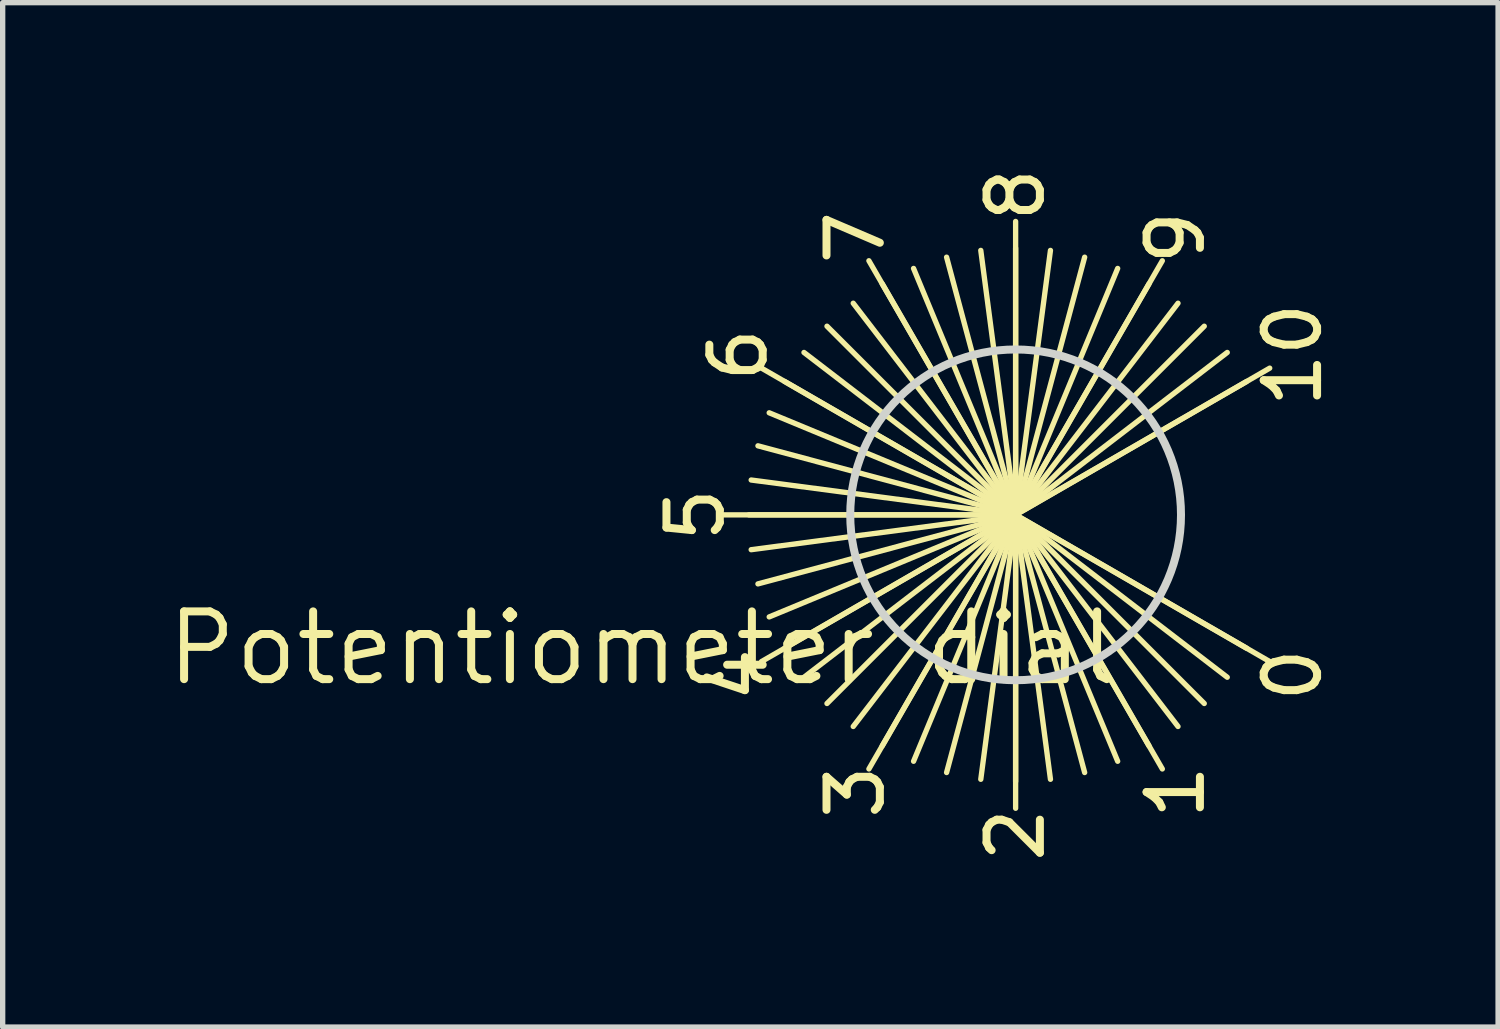
<source format=kicad_pcb>
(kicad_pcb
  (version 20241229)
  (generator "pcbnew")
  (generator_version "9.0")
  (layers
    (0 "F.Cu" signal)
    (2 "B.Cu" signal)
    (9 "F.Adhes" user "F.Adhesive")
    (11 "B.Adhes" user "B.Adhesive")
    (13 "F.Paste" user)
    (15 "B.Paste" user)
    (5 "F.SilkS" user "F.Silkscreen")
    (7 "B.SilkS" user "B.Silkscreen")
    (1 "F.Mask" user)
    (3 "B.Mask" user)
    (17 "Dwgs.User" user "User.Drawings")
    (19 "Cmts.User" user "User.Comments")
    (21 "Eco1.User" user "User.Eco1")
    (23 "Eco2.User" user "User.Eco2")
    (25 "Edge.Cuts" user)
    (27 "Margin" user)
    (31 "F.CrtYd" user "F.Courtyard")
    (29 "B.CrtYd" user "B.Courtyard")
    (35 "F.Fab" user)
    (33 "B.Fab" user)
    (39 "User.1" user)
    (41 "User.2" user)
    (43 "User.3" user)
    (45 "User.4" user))
  (footprint "Potentiometer dial"
    (layer "F.Cu")
    (at 8.988 9.101)
    (property "Reference" "Potentiometer dial" (at 0 0 0) (layer "F.SilkS") (effects (font (size 1.27 1.27) (thickness 0.15))))
    (attr through_hole)
    (fp_line (start 7 -2.5) (end 1.5 -2.5) (stroke (width 0.1) (type solid)) (layer "F.SilkS"))
    (fp_line (start 7 -2.5) (end 2 -2.5) (stroke (width 0.1) (type solid)) (layer "F.SilkS"))
    (fp_line (start 7 -2.5) (end 2.043 -3.153) (stroke (width 0.1) (type solid)) (layer "F.SilkS"))
    (fp_line (start 7 -2.5) (end 2.043 -1.847) (stroke (width 0.1) (type solid)) (layer "F.SilkS"))
    (fp_line (start 7 -2.5) (end 2.17 -3.794) (stroke (width 0.1) (type solid)) (layer "F.SilkS"))
    (fp_line (start 7 -2.5) (end 2.17 -1.206) (stroke (width 0.1) (type solid)) (layer "F.SilkS"))
    (fp_line (start 7 -2.5) (end 2.237 -5.25) (stroke (width 0.1) (type solid)) (layer "F.SilkS"))
    (fp_line (start 7 -2.5) (end 2.237 0.25) (stroke (width 0.1) (type solid)) (layer "F.SilkS"))
    (fp_line (start 7 -2.5) (end 2.381 -4.413) (stroke (width 0.1) (type solid)) (layer "F.SilkS"))
    (fp_line (start 7 -2.5) (end 2.381 -0.587) (stroke (width 0.1) (type solid)) (layer "F.SilkS"))
    (fp_line (start 7 -2.5) (end 2.67 -5) (stroke (width 0.1) (type solid)) (layer "F.SilkS"))
    (fp_line (start 7 -2.5) (end 2.67 0) (stroke (width 0.1) (type solid)) (layer "F.SilkS"))
    (fp_line (start 7 -2.5) (end 3.033 -5.544) (stroke (width 0.1) (type solid)) (layer "F.SilkS"))
    (fp_line (start 7 -2.5) (end 3.033 0.544) (stroke (width 0.1) (type solid)) (layer "F.SilkS"))
    (fp_line (start 7 -2.5) (end 3.464 -6.036) (stroke (width 0.1) (type solid)) (layer "F.SilkS"))
    (fp_line (start 7 -2.5) (end 3.464 1.036) (stroke (width 0.1) (type solid)) (layer "F.SilkS"))
    (fp_line (start 7 -2.5) (end 3.956 -6.467) (stroke (width 0.1) (type solid)) (layer "F.SilkS"))
    (fp_line (start 7 -2.5) (end 3.956 1.467) (stroke (width 0.1) (type solid)) (layer "F.SilkS"))
    (fp_line (start 7 -2.5) (end 4.25 -7.263) (stroke (width 0.1) (type solid)) (layer "F.SilkS"))
    (fp_line (start 7 -2.5) (end 4.25 2.263) (stroke (width 0.1) (type solid)) (layer "F.SilkS"))
    (fp_line (start 7 -2.5) (end 4.5 -6.83) (stroke (width 0.1) (type solid)) (layer "F.SilkS"))
    (fp_line (start 7 -2.5) (end 4.5 1.83) (stroke (width 0.1) (type solid)) (layer "F.SilkS"))
    (fp_line (start 7 -2.5) (end 5.087 -7.119) (stroke (width 0.1) (type solid)) (layer "F.SilkS"))
    (fp_line (start 7 -2.5) (end 5.087 2.119) (stroke (width 0.1) (type solid)) (layer "F.SilkS"))
    (fp_line (start 7 -2.5) (end 5.706 -7.33) (stroke (width 0.1) (type solid)) (layer "F.SilkS"))
    (fp_line (start 7 -2.5) (end 5.706 2.33) (stroke (width 0.1) (type solid)) (layer "F.SilkS"))
    (fp_line (start 7 -2.5) (end 6.347 -7.457) (stroke (width 0.1) (type solid)) (layer "F.SilkS"))
    (fp_line (start 7 -2.5) (end 6.347 2.457) (stroke (width 0.1) (type solid)) (layer "F.SilkS"))
    (fp_line (start 7 -2.5) (end 7 -8) (stroke (width 0.1) (type solid)) (layer "F.SilkS"))
    (fp_line (start 7 -2.5) (end 7 -7.5) (stroke (width 0.1) (type solid)) (layer "F.SilkS"))
    (fp_line (start 7 -2.5) (end 7 2.5) (stroke (width 0.1) (type solid)) (layer "F.SilkS"))
    (fp_line (start 7 -2.5) (end 7 3) (stroke (width 0.1) (type solid)) (layer "F.SilkS"))
    (fp_line (start 7 -2.5) (end 7.653 -7.457) (stroke (width 0.1) (type solid)) (layer "F.SilkS"))
    (fp_line (start 7 -2.5) (end 7.653 2.457) (stroke (width 0.1) (type solid)) (layer "F.SilkS"))
    (fp_line (start 7 -2.5) (end 8.294 -7.33) (stroke (width 0.1) (type solid)) (layer "F.SilkS"))
    (fp_line (start 7 -2.5) (end 8.294 2.33) (stroke (width 0.1) (type solid)) (layer "F.SilkS"))
    (fp_line (start 7 -2.5) (end 8.913 -7.119) (stroke (width 0.1) (type solid)) (layer "F.SilkS"))
    (fp_line (start 7 -2.5) (end 8.913 2.119) (stroke (width 0.1) (type solid)) (layer "F.SilkS"))
    (fp_line (start 7 -2.5) (end 9.5 -6.83) (stroke (width 0.1) (type solid)) (layer "F.SilkS"))
    (fp_line (start 7 -2.5) (end 9.5 1.83) (stroke (width 0.1) (type solid)) (layer "F.SilkS"))
    (fp_line (start 7 -2.5) (end 9.75 -7.263) (stroke (width 0.1) (type solid)) (layer "F.SilkS"))
    (fp_line (start 7 -2.5) (end 9.75 2.263) (stroke (width 0.1) (type solid)) (layer "F.SilkS"))
    (fp_line (start 7 -2.5) (end 10.044 -6.467) (stroke (width 0.1) (type solid)) (layer "F.SilkS"))
    (fp_line (start 7 -2.5) (end 10.044 1.467) (stroke (width 0.1) (type solid)) (layer "F.SilkS"))
    (fp_line (start 7 -2.5) (end 10.536 -6.036) (stroke (width 0.1) (type solid)) (layer "F.SilkS"))
    (fp_line (start 7 -2.5) (end 10.536 1.036) (stroke (width 0.1) (type solid)) (layer "F.SilkS"))
    (fp_line (start 7 -2.5) (end 10.967 -5.544) (stroke (width 0.1) (type solid)) (layer "F.SilkS"))
    (fp_line (start 7 -2.5) (end 10.967 0.544) (stroke (width 0.1) (type solid)) (layer "F.SilkS"))
    (fp_line (start 7 -2.5) (end 11.33 -5) (stroke (width 0.1) (type solid)) (layer "F.SilkS"))
    (fp_line (start 7 -2.5) (end 11.33 0) (stroke (width 0.1) (type solid)) (layer "F.SilkS"))
    (fp_line (start 7 -2.5) (end 11.763 -5.25) (stroke (width 0.1) (type solid)) (layer "F.SilkS"))
    (fp_line (start 7 -2.5) (end 11.763 0.25) (stroke (width 0.1) (type solid)) (layer "F.SilkS"))
    (fp_circle (center 7 -2.5) (end 10.1 -2.5) (stroke (width 0.15) (type solid)) (fill no) (layer "Edge.Cuts"))
    (fp_text user "9" (at 10 -7.696 90) (layer "F.SilkS") (effects (font (size 1 1) (thickness 0.15))))
    (fp_text user "10" (at 12.196 -5.5 90) (layer "F.SilkS") (effects (font (size 1 1) (thickness 0.15))))
    (fp_text user "7" (at 4 -7.696 90) (layer "F.SilkS") (effects (font (size 1 1) (thickness 0.15))))
    (fp_text user "0" (at 12.196 0.5 90) (layer "F.SilkS") (effects (font (size 1 1) (thickness 0.15))))
    (fp_text user "5" (at 1 -2.5 90) (layer "F.SilkS") (effects (font (size 1 1) (thickness 0.15))))
    (fp_text user "3" (at 4 2.696 90) (layer "F.SilkS") (effects (font (size 1 1) (thickness 0.15))))
    (fp_text user "2" (at 7 3.5 90) (layer "F.SilkS") (effects (font (size 1 1) (thickness 0.15))))
    (fp_text user "4" (at 1.804 0.5 90) (layer "F.SilkS") (effects (font (size 1 1) (thickness 0.15))))
    (fp_text user "6" (at 1.804 -5.5 90) (layer "F.SilkS") (effects (font (size 1 1) (thickness 0.15))))
    (fp_text user "8" (at 7 -8.5 90) (layer "F.SilkS") (effects (font (size 1 1) (thickness 0.15))))
    (fp_text user "1" (at 10 2.696 90) (layer "F.SilkS") (effects (font (size 1 1) (thickness 0.15)))))
  (gr_rect
    (start -3 -3)
    (end 25.032 16.202)
    (stroke (width 0.1) (type default))
    (fill no)
    (layer "Edge.Cuts")))
</source>
